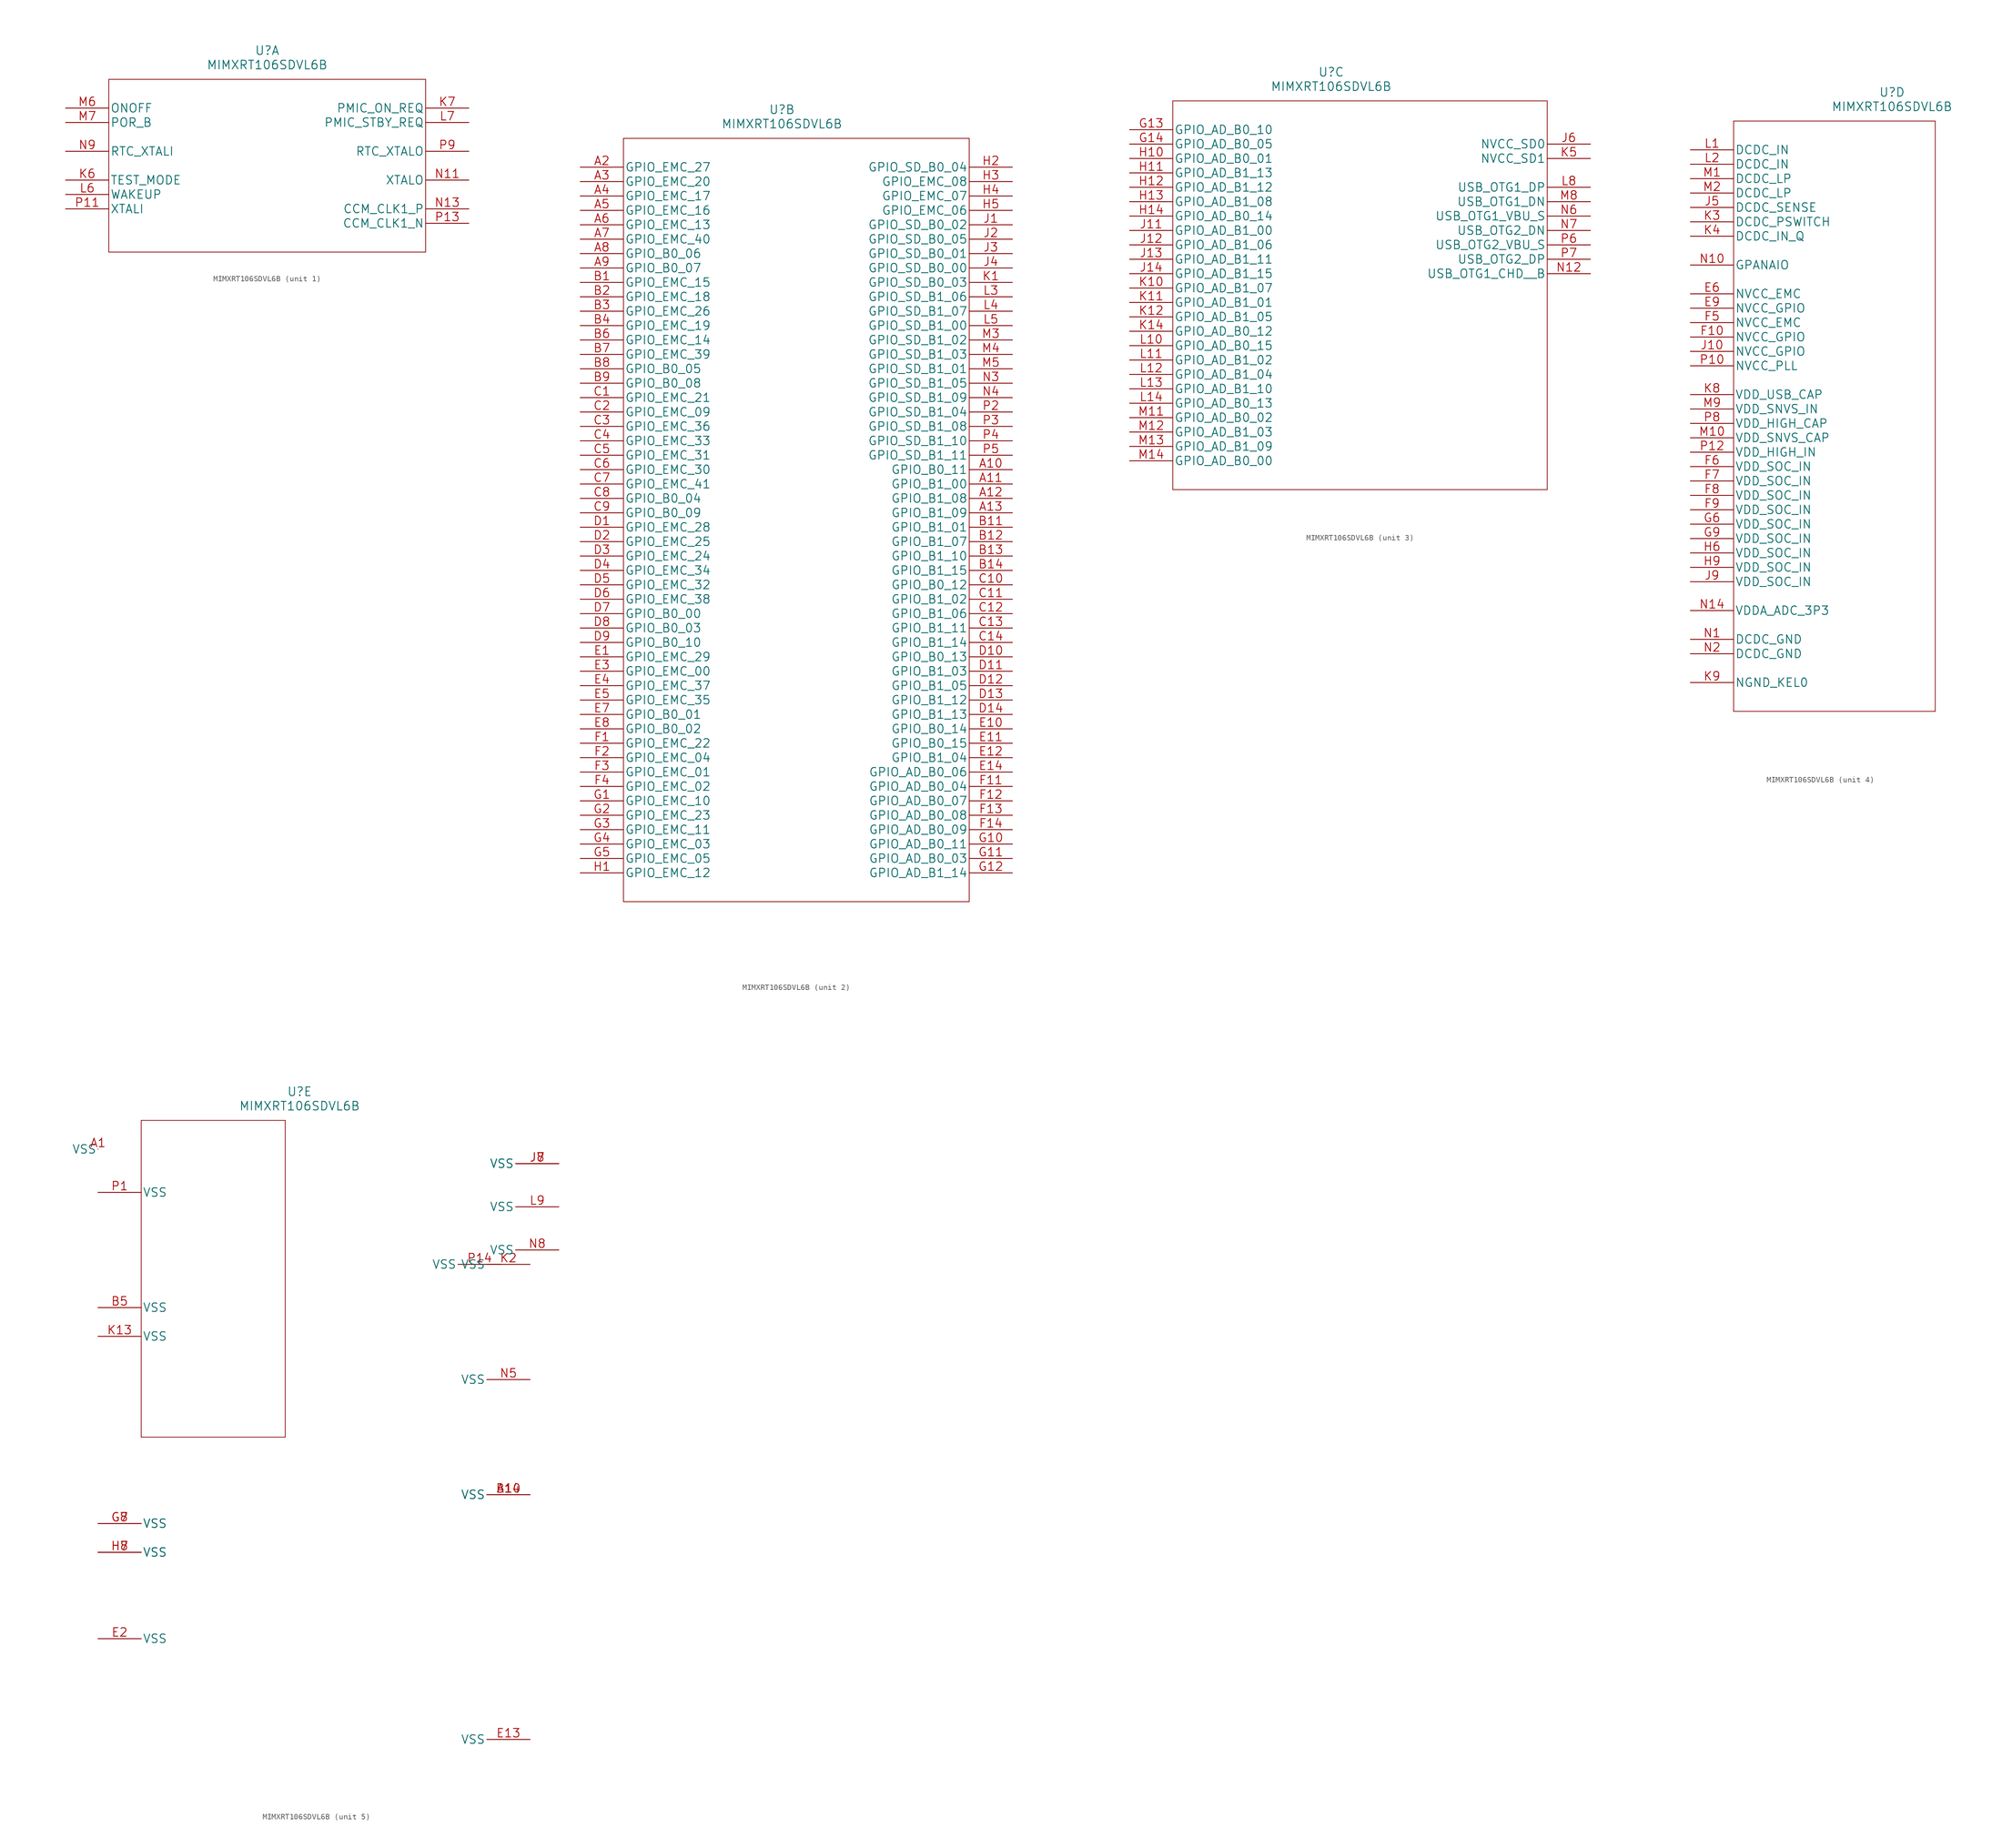
<source format=kicad_sym>
(kicad_symbol_lib
  (version 20220914)
  (generator kicad_symbol_editor)
  (symbol "MIMXRT106SDVL6B"
    (pin_names
      (offset 0.254))
    (property "Reference" "U"
      (at 35.56 10.16 0)
      (effects (font (size 1.524 1.524))))
    (property "Value" "MIMXRT106SDVL6B"
      (at 35.56 7.62 0)
      (effects (font (size 1.524 1.524))))
    (property "Datasheet" ""
      (at 0 0 0)
      (effects (font (size 1.524 1.524))))
    (property "ki_locked" ""
      (at 0 0 0)
      (effects (font (size 1.27 1.27))))
    (symbol "MIMXRT106SDVL6B_1_1"
      (polyline (pts (xy 7.62 -25.4) (xy 63.5 -25.4)) (stroke (width 0.127) (type solid)) (fill (type none)))
      (polyline (pts (xy 7.62 5.08) (xy 7.62 -25.4)) (stroke (width 0.127) (type solid)) (fill (type none)))
      (polyline (pts (xy 63.5 -25.4) (xy 63.5 5.08)) (stroke (width 0.127) (type solid)) (fill (type none)))
      (polyline (pts (xy 63.5 5.08) (xy 7.62 5.08)) (stroke (width 0.127) (type solid)) (fill (type none)))
      (pin input line (at 0 -12.7 0) (length 7.62) (name "TEST_MODE" (effects (font (size 1.499 1.499)))) (number "K6" (effects (font (size 1.499 1.499)))))
      (pin output line (at 71.12 0 180) (length 7.62) (name "PMIC_ON_REQ" (effects (font (size 1.499 1.499)))) (number "K7" (effects (font (size 1.499 1.499)))))
      (pin input line (at 0 -15.24 0) (length 7.62) (name "WAKEUP" (effects (font (size 1.499 1.499)))) (number "L6" (effects (font (size 1.499 1.499)))))
      (pin output line (at 71.12 -2.54 180) (length 7.62) (name "PMIC_STBY_REQ" (effects (font (size 1.499 1.499)))) (number "L7" (effects (font (size 1.499 1.499)))))
      (pin input line (at 0 0 0) (length 7.62) (name "ONOFF" (effects (font (size 1.499 1.499)))) (number "M6" (effects (font (size 1.499 1.499)))))
      (pin input line (at 0 -2.54 0) (length 7.62) (name "POR_B" (effects (font (size 1.499 1.499)))) (number "M7" (effects (font (size 1.499 1.499)))))
      (pin output line (at 71.12 -12.7 180) (length 7.62) (name "XTALO" (effects (font (size 1.499 1.499)))) (number "N11" (effects (font (size 1.499 1.499)))))
      (pin bidirectional line (at 71.12 -17.78 180) (length 7.62) (name "CCM_CLK1_P" (effects (font (size 1.499 1.499)))) (number "N13" (effects (font (size 1.499 1.499)))))
      (pin input line (at 0 -7.62 0) (length 7.62) (name "RTC_XTALI" (effects (font (size 1.499 1.499)))) (number "N9" (effects (font (size 1.499 1.499)))))
      (pin input line (at 0 -17.78 0) (length 7.62) (name "XTALI" (effects (font (size 1.499 1.499)))) (number "P11" (effects (font (size 1.499 1.499)))))
      (pin bidirectional line (at 71.12 -20.32 180) (length 7.62) (name "CCM_CLK1_N" (effects (font (size 1.499 1.499)))) (number "P13" (effects (font (size 1.499 1.499)))))
      (pin output line (at 71.12 -7.62 180) (length 7.62) (name "RTC_XTALO" (effects (font (size 1.499 1.499)))) (number "P9" (effects (font (size 1.499 1.499))))))
    (symbol "MIMXRT106SDVL6B_2_1"
      (polyline (pts (xy 7.62 -129.54) (xy 68.58 -129.54)) (stroke (width 0.127) (type solid)) (fill (type none)))
      (polyline (pts (xy 7.62 5.08) (xy 7.62 -129.54)) (stroke (width 0.127) (type solid)) (fill (type none)))
      (polyline (pts (xy 68.58 -129.54) (xy 68.58 5.08)) (stroke (width 0.127) (type solid)) (fill (type none)))
      (polyline (pts (xy 68.58 5.08) (xy 7.62 5.08)) (stroke (width 0.127) (type solid)) (fill (type none)))
      (pin bidirectional line (at 76.2 -53.34 180) (length 7.62) (name "GPIO_B0_11" (effects (font (size 1.499 1.499)))) (number "A10" (effects (font (size 1.499 1.499)))))
      (pin bidirectional line (at 76.2 -55.88 180) (length 7.62) (name "GPIO_B1_00" (effects (font (size 1.499 1.499)))) (number "A11" (effects (font (size 1.499 1.499)))))
      (pin bidirectional line (at 76.2 -58.42 180) (length 7.62) (name "GPIO_B1_08" (effects (font (size 1.499 1.499)))) (number "A12" (effects (font (size 1.499 1.499)))))
      (pin bidirectional line (at 76.2 -60.96 180) (length 7.62) (name "GPIO_B1_09" (effects (font (size 1.499 1.499)))) (number "A13" (effects (font (size 1.499 1.499)))))
      (pin bidirectional line (at 0 0 0) (length 7.62) (name "GPIO_EMC_27" (effects (font (size 1.499 1.499)))) (number "A2" (effects (font (size 1.499 1.499)))))
      (pin bidirectional line (at 0 -2.54 0) (length 7.62) (name "GPIO_EMC_20" (effects (font (size 1.499 1.499)))) (number "A3" (effects (font (size 1.499 1.499)))))
      (pin bidirectional line (at 0 -5.08 0) (length 7.62) (name "GPIO_EMC_17" (effects (font (size 1.499 1.499)))) (number "A4" (effects (font (size 1.499 1.499)))))
      (pin bidirectional line (at 0 -7.62 0) (length 7.62) (name "GPIO_EMC_16" (effects (font (size 1.499 1.499)))) (number "A5" (effects (font (size 1.499 1.499)))))
      (pin bidirectional line (at 0 -10.16 0) (length 7.62) (name "GPIO_EMC_13" (effects (font (size 1.499 1.499)))) (number "A6" (effects (font (size 1.499 1.499)))))
      (pin bidirectional line (at 0 -12.7 0) (length 7.62) (name "GPIO_EMC_40" (effects (font (size 1.499 1.499)))) (number "A7" (effects (font (size 1.499 1.499)))))
      (pin bidirectional line (at 0 -15.24 0) (length 7.62) (name "GPIO_B0_06" (effects (font (size 1.499 1.499)))) (number "A8" (effects (font (size 1.499 1.499)))))
      (pin bidirectional line (at 0 -17.78 0) (length 7.62) (name "GPIO_B0_07" (effects (font (size 1.499 1.499)))) (number "A9" (effects (font (size 1.499 1.499)))))
      (pin bidirectional line (at 0 -20.32 0) (length 7.62) (name "GPIO_EMC_15" (effects (font (size 1.499 1.499)))) (number "B1" (effects (font (size 1.499 1.499)))))
      (pin bidirectional line (at 76.2 -63.5 180) (length 7.62) (name "GPIO_B1_01" (effects (font (size 1.499 1.499)))) (number "B11" (effects (font (size 1.499 1.499)))))
      (pin bidirectional line (at 76.2 -66.04 180) (length 7.62) (name "GPIO_B1_07" (effects (font (size 1.499 1.499)))) (number "B12" (effects (font (size 1.499 1.499)))))
      (pin bidirectional line (at 76.2 -68.58 180) (length 7.62) (name "GPIO_B1_10" (effects (font (size 1.499 1.499)))) (number "B13" (effects (font (size 1.499 1.499)))))
      (pin bidirectional line (at 76.2 -71.12 180) (length 7.62) (name "GPIO_B1_15" (effects (font (size 1.499 1.499)))) (number "B14" (effects (font (size 1.499 1.499)))))
      (pin bidirectional line (at 0 -22.86 0) (length 7.62) (name "GPIO_EMC_18" (effects (font (size 1.499 1.499)))) (number "B2" (effects (font (size 1.499 1.499)))))
      (pin bidirectional line (at 0 -25.4 0) (length 7.62) (name "GPIO_EMC_26" (effects (font (size 1.499 1.499)))) (number "B3" (effects (font (size 1.499 1.499)))))
      (pin bidirectional line (at 0 -27.94 0) (length 7.62) (name "GPIO_EMC_19" (effects (font (size 1.499 1.499)))) (number "B4" (effects (font (size 1.499 1.499)))))
      (pin bidirectional line (at 0 -30.48 0) (length 7.62) (name "GPIO_EMC_14" (effects (font (size 1.499 1.499)))) (number "B6" (effects (font (size 1.499 1.499)))))
      (pin bidirectional line (at 0 -33.02 0) (length 7.62) (name "GPIO_EMC_39" (effects (font (size 1.499 1.499)))) (number "B7" (effects (font (size 1.499 1.499)))))
      (pin bidirectional line (at 0 -35.56 0) (length 7.62) (name "GPIO_B0_05" (effects (font (size 1.499 1.499)))) (number "B8" (effects (font (size 1.499 1.499)))))
      (pin bidirectional line (at 0 -38.1 0) (length 7.62) (name "GPIO_B0_08" (effects (font (size 1.499 1.499)))) (number "B9" (effects (font (size 1.499 1.499)))))
      (pin bidirectional line (at 0 -40.64 0) (length 7.62) (name "GPIO_EMC_21" (effects (font (size 1.499 1.499)))) (number "C1" (effects (font (size 1.499 1.499)))))
      (pin bidirectional line (at 76.2 -73.66 180) (length 7.62) (name "GPIO_B0_12" (effects (font (size 1.499 1.499)))) (number "C10" (effects (font (size 1.499 1.499)))))
      (pin bidirectional line (at 76.2 -76.2 180) (length 7.62) (name "GPIO_B1_02" (effects (font (size 1.499 1.499)))) (number "C11" (effects (font (size 1.499 1.499)))))
      (pin bidirectional line (at 76.2 -78.74 180) (length 7.62) (name "GPIO_B1_06" (effects (font (size 1.499 1.499)))) (number "C12" (effects (font (size 1.499 1.499)))))
      (pin bidirectional line (at 76.2 -81.28 180) (length 7.62) (name "GPIO_B1_11" (effects (font (size 1.499 1.499)))) (number "C13" (effects (font (size 1.499 1.499)))))
      (pin bidirectional line (at 76.2 -83.82 180) (length 7.62) (name "GPIO_B1_14" (effects (font (size 1.499 1.499)))) (number "C14" (effects (font (size 1.499 1.499)))))
      (pin bidirectional line (at 0 -43.18 0) (length 7.62) (name "GPIO_EMC_09" (effects (font (size 1.499 1.499)))) (number "C2" (effects (font (size 1.499 1.499)))))
      (pin bidirectional line (at 0 -45.72 0) (length 7.62) (name "GPIO_EMC_36" (effects (font (size 1.499 1.499)))) (number "C3" (effects (font (size 1.499 1.499)))))
      (pin bidirectional line (at 0 -48.26 0) (length 7.62) (name "GPIO_EMC_33" (effects (font (size 1.499 1.499)))) (number "C4" (effects (font (size 1.499 1.499)))))
      (pin bidirectional line (at 0 -50.8 0) (length 7.62) (name "GPIO_EMC_31" (effects (font (size 1.499 1.499)))) (number "C5" (effects (font (size 1.499 1.499)))))
      (pin bidirectional line (at 0 -53.34 0) (length 7.62) (name "GPIO_EMC_30" (effects (font (size 1.499 1.499)))) (number "C6" (effects (font (size 1.499 1.499)))))
      (pin bidirectional line (at 0 -55.88 0) (length 7.62) (name "GPIO_EMC_41" (effects (font (size 1.499 1.499)))) (number "C7" (effects (font (size 1.499 1.499)))))
      (pin bidirectional line (at 0 -58.42 0) (length 7.62) (name "GPIO_B0_04" (effects (font (size 1.499 1.499)))) (number "C8" (effects (font (size 1.499 1.499)))))
      (pin bidirectional line (at 0 -60.96 0) (length 7.62) (name "GPIO_B0_09" (effects (font (size 1.499 1.499)))) (number "C9" (effects (font (size 1.499 1.499)))))
      (pin bidirectional line (at 0 -63.5 0) (length 7.62) (name "GPIO_EMC_28" (effects (font (size 1.499 1.499)))) (number "D1" (effects (font (size 1.499 1.499)))))
      (pin bidirectional line (at 76.2 -86.36 180) (length 7.62) (name "GPIO_B0_13" (effects (font (size 1.499 1.499)))) (number "D10" (effects (font (size 1.499 1.499)))))
      (pin bidirectional line (at 76.2 -88.9 180) (length 7.62) (name "GPIO_B1_03" (effects (font (size 1.499 1.499)))) (number "D11" (effects (font (size 1.499 1.499)))))
      (pin bidirectional line (at 76.2 -91.44 180) (length 7.62) (name "GPIO_B1_05" (effects (font (size 1.499 1.499)))) (number "D12" (effects (font (size 1.499 1.499)))))
      (pin bidirectional line (at 76.2 -93.98 180) (length 7.62) (name "GPIO_B1_12" (effects (font (size 1.499 1.499)))) (number "D13" (effects (font (size 1.499 1.499)))))
      (pin bidirectional line (at 76.2 -96.52 180) (length 7.62) (name "GPIO_B1_13" (effects (font (size 1.499 1.499)))) (number "D14" (effects (font (size 1.499 1.499)))))
      (pin bidirectional line (at 0 -66.04 0) (length 7.62) (name "GPIO_EMC_25" (effects (font (size 1.499 1.499)))) (number "D2" (effects (font (size 1.499 1.499)))))
      (pin bidirectional line (at 0 -68.58 0) (length 7.62) (name "GPIO_EMC_24" (effects (font (size 1.499 1.499)))) (number "D3" (effects (font (size 1.499 1.499)))))
      (pin bidirectional line (at 0 -71.12 0) (length 7.62) (name "GPIO_EMC_34" (effects (font (size 1.499 1.499)))) (number "D4" (effects (font (size 1.499 1.499)))))
      (pin bidirectional line (at 0 -73.66 0) (length 7.62) (name "GPIO_EMC_32" (effects (font (size 1.499 1.499)))) (number "D5" (effects (font (size 1.499 1.499)))))
      (pin bidirectional line (at 0 -76.2 0) (length 7.62) (name "GPIO_EMC_38" (effects (font (size 1.499 1.499)))) (number "D6" (effects (font (size 1.499 1.499)))))
      (pin bidirectional line (at 0 -78.74 0) (length 7.62) (name "GPIO_B0_00" (effects (font (size 1.499 1.499)))) (number "D7" (effects (font (size 1.499 1.499)))))
      (pin bidirectional line (at 0 -81.28 0) (length 7.62) (name "GPIO_B0_03" (effects (font (size 1.499 1.499)))) (number "D8" (effects (font (size 1.499 1.499)))))
      (pin bidirectional line (at 0 -83.82 0) (length 7.62) (name "GPIO_B0_10" (effects (font (size 1.499 1.499)))) (number "D9" (effects (font (size 1.499 1.499)))))
      (pin bidirectional line (at 0 -86.36 0) (length 7.62) (name "GPIO_EMC_29" (effects (font (size 1.499 1.499)))) (number "E1" (effects (font (size 1.499 1.499)))))
      (pin bidirectional line (at 76.2 -99.06 180) (length 7.62) (name "GPIO_B0_14" (effects (font (size 1.499 1.499)))) (number "E10" (effects (font (size 1.499 1.499)))))
      (pin bidirectional line (at 76.2 -101.6 180) (length 7.62) (name "GPIO_B0_15" (effects (font (size 1.499 1.499)))) (number "E11" (effects (font (size 1.499 1.499)))))
      (pin bidirectional line (at 76.2 -104.14 180) (length 7.62) (name "GPIO_B1_04" (effects (font (size 1.499 1.499)))) (number "E12" (effects (font (size 1.499 1.499)))))
      (pin bidirectional line (at 76.2 -106.68 180) (length 7.62) (name "GPIO_AD_B0_06" (effects (font (size 1.499 1.499)))) (number "E14" (effects (font (size 1.499 1.499)))))
      (pin bidirectional line (at 0 -88.9 0) (length 7.62) (name "GPIO_EMC_00" (effects (font (size 1.499 1.499)))) (number "E3" (effects (font (size 1.499 1.499)))))
      (pin bidirectional line (at 0 -91.44 0) (length 7.62) (name "GPIO_EMC_37" (effects (font (size 1.499 1.499)))) (number "E4" (effects (font (size 1.499 1.499)))))
      (pin bidirectional line (at 0 -93.98 0) (length 7.62) (name "GPIO_EMC_35" (effects (font (size 1.499 1.499)))) (number "E5" (effects (font (size 1.499 1.499)))))
      (pin bidirectional line (at 0 -96.52 0) (length 7.62) (name "GPIO_B0_01" (effects (font (size 1.499 1.499)))) (number "E7" (effects (font (size 1.499 1.499)))))
      (pin bidirectional line (at 0 -99.06 0) (length 7.62) (name "GPIO_B0_02" (effects (font (size 1.499 1.499)))) (number "E8" (effects (font (size 1.499 1.499)))))
      (pin bidirectional line (at 0 -101.6 0) (length 7.62) (name "GPIO_EMC_22" (effects (font (size 1.499 1.499)))) (number "F1" (effects (font (size 1.499 1.499)))))
      (pin bidirectional line (at 76.2 -109.22 180) (length 7.62) (name "GPIO_AD_B0_04" (effects (font (size 1.499 1.499)))) (number "F11" (effects (font (size 1.499 1.499)))))
      (pin bidirectional line (at 76.2 -111.76 180) (length 7.62) (name "GPIO_AD_B0_07" (effects (font (size 1.499 1.499)))) (number "F12" (effects (font (size 1.499 1.499)))))
      (pin bidirectional line (at 76.2 -114.3 180) (length 7.62) (name "GPIO_AD_B0_08" (effects (font (size 1.499 1.499)))) (number "F13" (effects (font (size 1.499 1.499)))))
      (pin bidirectional line (at 76.2 -116.84 180) (length 7.62) (name "GPIO_AD_B0_09" (effects (font (size 1.499 1.499)))) (number "F14" (effects (font (size 1.499 1.499)))))
      (pin bidirectional line (at 0 -104.14 0) (length 7.62) (name "GPIO_EMC_04" (effects (font (size 1.499 1.499)))) (number "F2" (effects (font (size 1.499 1.499)))))
      (pin bidirectional line (at 0 -106.68 0) (length 7.62) (name "GPIO_EMC_01" (effects (font (size 1.499 1.499)))) (number "F3" (effects (font (size 1.499 1.499)))))
      (pin bidirectional line (at 0 -109.22 0) (length 7.62) (name "GPIO_EMC_02" (effects (font (size 1.499 1.499)))) (number "F4" (effects (font (size 1.499 1.499)))))
      (pin bidirectional line (at 0 -111.76 0) (length 7.62) (name "GPIO_EMC_10" (effects (font (size 1.499 1.499)))) (number "G1" (effects (font (size 1.499 1.499)))))
      (pin bidirectional line (at 76.2 -119.38 180) (length 7.62) (name "GPIO_AD_B0_11" (effects (font (size 1.499 1.499)))) (number "G10" (effects (font (size 1.499 1.499)))))
      (pin bidirectional line (at 76.2 -121.92 180) (length 7.62) (name "GPIO_AD_B0_03" (effects (font (size 1.499 1.499)))) (number "G11" (effects (font (size 1.499 1.499)))))
      (pin bidirectional line (at 76.2 -124.46 180) (length 7.62) (name "GPIO_AD_B1_14" (effects (font (size 1.499 1.499)))) (number "G12" (effects (font (size 1.499 1.499)))))
      (pin bidirectional line (at 0 -114.3 0) (length 7.62) (name "GPIO_EMC_23" (effects (font (size 1.499 1.499)))) (number "G2" (effects (font (size 1.499 1.499)))))
      (pin bidirectional line (at 0 -116.84 0) (length 7.62) (name "GPIO_EMC_11" (effects (font (size 1.499 1.499)))) (number "G3" (effects (font (size 1.499 1.499)))))
      (pin bidirectional line (at 0 -119.38 0) (length 7.62) (name "GPIO_EMC_03" (effects (font (size 1.499 1.499)))) (number "G4" (effects (font (size 1.499 1.499)))))
      (pin bidirectional line (at 0 -121.92 0) (length 7.62) (name "GPIO_EMC_05" (effects (font (size 1.499 1.499)))) (number "G5" (effects (font (size 1.499 1.499)))))
      (pin bidirectional line (at 0 -124.46 0) (length 7.62) (name "GPIO_EMC_12" (effects (font (size 1.499 1.499)))) (number "H1" (effects (font (size 1.499 1.499)))))
      (pin bidirectional line (at 76.2 0 180) (length 7.62) (name "GPIO_SD_B0_04" (effects (font (size 1.499 1.499)))) (number "H2" (effects (font (size 1.499 1.499)))))
      (pin bidirectional line (at 76.2 -2.54 180) (length 7.62) (name "GPIO_EMC_08" (effects (font (size 1.499 1.499)))) (number "H3" (effects (font (size 1.499 1.499)))))
      (pin bidirectional line (at 76.2 -5.08 180) (length 7.62) (name "GPIO_EMC_07" (effects (font (size 1.499 1.499)))) (number "H4" (effects (font (size 1.499 1.499)))))
      (pin bidirectional line (at 76.2 -7.62 180) (length 7.62) (name "GPIO_EMC_06" (effects (font (size 1.499 1.499)))) (number "H5" (effects (font (size 1.499 1.499)))))
      (pin bidirectional line (at 76.2 -10.16 180) (length 7.62) (name "GPIO_SD_B0_02" (effects (font (size 1.499 1.499)))) (number "J1" (effects (font (size 1.499 1.499)))))
      (pin bidirectional line (at 76.2 -12.7 180) (length 7.62) (name "GPIO_SD_B0_05" (effects (font (size 1.499 1.499)))) (number "J2" (effects (font (size 1.499 1.499)))))
      (pin bidirectional line (at 76.2 -15.24 180) (length 7.62) (name "GPIO_SD_B0_01" (effects (font (size 1.499 1.499)))) (number "J3" (effects (font (size 1.499 1.499)))))
      (pin bidirectional line (at 76.2 -17.78 180) (length 7.62) (name "GPIO_SD_B0_00" (effects (font (size 1.499 1.499)))) (number "J4" (effects (font (size 1.499 1.499)))))
      (pin bidirectional line (at 76.2 -20.32 180) (length 7.62) (name "GPIO_SD_B0_03" (effects (font (size 1.499 1.499)))) (number "K1" (effects (font (size 1.499 1.499)))))
      (pin bidirectional line (at 76.2 -22.86 180) (length 7.62) (name "GPIO_SD_B1_06" (effects (font (size 1.499 1.499)))) (number "L3" (effects (font (size 1.499 1.499)))))
      (pin bidirectional line (at 76.2 -25.4 180) (length 7.62) (name "GPIO_SD_B1_07" (effects (font (size 1.499 1.499)))) (number "L4" (effects (font (size 1.499 1.499)))))
      (pin bidirectional line (at 76.2 -27.94 180) (length 7.62) (name "GPIO_SD_B1_00" (effects (font (size 1.499 1.499)))) (number "L5" (effects (font (size 1.499 1.499)))))
      (pin bidirectional line (at 76.2 -30.48 180) (length 7.62) (name "GPIO_SD_B1_02" (effects (font (size 1.499 1.499)))) (number "M3" (effects (font (size 1.499 1.499)))))
      (pin bidirectional line (at 76.2 -33.02 180) (length 7.62) (name "GPIO_SD_B1_03" (effects (font (size 1.499 1.499)))) (number "M4" (effects (font (size 1.499 1.499)))))
      (pin bidirectional line (at 76.2 -35.56 180) (length 7.62) (name "GPIO_SD_B1_01" (effects (font (size 1.499 1.499)))) (number "M5" (effects (font (size 1.499 1.499)))))
      (pin bidirectional line (at 76.2 -38.1 180) (length 7.62) (name "GPIO_SD_B1_05" (effects (font (size 1.499 1.499)))) (number "N3" (effects (font (size 1.499 1.499)))))
      (pin bidirectional line (at 76.2 -40.64 180) (length 7.62) (name "GPIO_SD_B1_09" (effects (font (size 1.499 1.499)))) (number "N4" (effects (font (size 1.499 1.499)))))
      (pin bidirectional line (at 76.2 -43.18 180) (length 7.62) (name "GPIO_SD_B1_04" (effects (font (size 1.499 1.499)))) (number "P2" (effects (font (size 1.499 1.499)))))
      (pin bidirectional line (at 76.2 -45.72 180) (length 7.62) (name "GPIO_SD_B1_08" (effects (font (size 1.499 1.499)))) (number "P3" (effects (font (size 1.499 1.499)))))
      (pin bidirectional line (at 76.2 -48.26 180) (length 7.62) (name "GPIO_SD_B1_10" (effects (font (size 1.499 1.499)))) (number "P4" (effects (font (size 1.499 1.499)))))
      (pin bidirectional line (at 76.2 -50.8 180) (length 7.62) (name "GPIO_SD_B1_11" (effects (font (size 1.499 1.499)))) (number "P5" (effects (font (size 1.499 1.499))))))
    (symbol "MIMXRT106SDVL6B_3_1"
      (polyline (pts (xy 7.62 -63.5) (xy 73.66 -63.5)) (stroke (width 0.127) (type solid)) (fill (type none)))
      (polyline (pts (xy 7.62 5.08) (xy 7.62 -63.5)) (stroke (width 0.127) (type solid)) (fill (type none)))
      (polyline (pts (xy 73.66 -63.5) (xy 73.66 5.08)) (stroke (width 0.127) (type solid)) (fill (type none)))
      (polyline (pts (xy 73.66 5.08) (xy 7.62 5.08)) (stroke (width 0.127) (type solid)) (fill (type none)))
      (pin bidirectional line (at 0 0 0) (length 7.62) (name "GPIO_AD_B0_10" (effects (font (size 1.499 1.499)))) (number "G13" (effects (font (size 1.499 1.499)))))
      (pin bidirectional line (at 0 -2.54 0) (length 7.62) (name "GPIO_AD_B0_05" (effects (font (size 1.499 1.499)))) (number "G14" (effects (font (size 1.499 1.499)))))
      (pin bidirectional line (at 0 -5.08 0) (length 7.62) (name "GPIO_AD_B0_01" (effects (font (size 1.499 1.499)))) (number "H10" (effects (font (size 1.499 1.499)))))
      (pin bidirectional line (at 0 -7.62 0) (length 7.62) (name "GPIO_AD_B1_13" (effects (font (size 1.499 1.499)))) (number "H11" (effects (font (size 1.499 1.499)))))
      (pin bidirectional line (at 0 -10.16 0) (length 7.62) (name "GPIO_AD_B1_12" (effects (font (size 1.499 1.499)))) (number "H12" (effects (font (size 1.499 1.499)))))
      (pin bidirectional line (at 0 -12.7 0) (length 7.62) (name "GPIO_AD_B1_08" (effects (font (size 1.499 1.499)))) (number "H13" (effects (font (size 1.499 1.499)))))
      (pin bidirectional line (at 0 -15.24 0) (length 7.62) (name "GPIO_AD_B0_14" (effects (font (size 1.499 1.499)))) (number "H14" (effects (font (size 1.499 1.499)))))
      (pin bidirectional line (at 0 -17.78 0) (length 7.62) (name "GPIO_AD_B1_00" (effects (font (size 1.499 1.499)))) (number "J11" (effects (font (size 1.499 1.499)))))
      (pin bidirectional line (at 0 -20.32 0) (length 7.62) (name "GPIO_AD_B1_06" (effects (font (size 1.499 1.499)))) (number "J12" (effects (font (size 1.499 1.499)))))
      (pin bidirectional line (at 0 -22.86 0) (length 7.62) (name "GPIO_AD_B1_11" (effects (font (size 1.499 1.499)))) (number "J13" (effects (font (size 1.499 1.499)))))
      (pin bidirectional line (at 0 -25.4 0) (length 7.62) (name "GPIO_AD_B1_15" (effects (font (size 1.499 1.499)))) (number "J14" (effects (font (size 1.499 1.499)))))
      (pin power_in line (at 81.28 -2.54 180) (length 7.62) (name "NVCC_SD0" (effects (font (size 1.499 1.499)))) (number "J6" (effects (font (size 1.499 1.499)))))
      (pin bidirectional line (at 0 -27.94 0) (length 7.62) (name "GPIO_AD_B1_07" (effects (font (size 1.499 1.499)))) (number "K10" (effects (font (size 1.499 1.499)))))
      (pin bidirectional line (at 0 -30.48 0) (length 7.62) (name "GPIO_AD_B1_01" (effects (font (size 1.499 1.499)))) (number "K11" (effects (font (size 1.499 1.499)))))
      (pin bidirectional line (at 0 -33.02 0) (length 7.62) (name "GPIO_AD_B1_05" (effects (font (size 1.499 1.499)))) (number "K12" (effects (font (size 1.499 1.499)))))
      (pin bidirectional line (at 0 -35.56 0) (length 7.62) (name "GPIO_AD_B0_12" (effects (font (size 1.499 1.499)))) (number "K14" (effects (font (size 1.499 1.499)))))
      (pin power_in line (at 81.28 -5.08 180) (length 7.62) (name "NVCC_SD1" (effects (font (size 1.499 1.499)))) (number "K5" (effects (font (size 1.499 1.499)))))
      (pin bidirectional line (at 0 -38.1 0) (length 7.62) (name "GPIO_AD_B0_15" (effects (font (size 1.499 1.499)))) (number "L10" (effects (font (size 1.499 1.499)))))
      (pin bidirectional line (at 0 -40.64 0) (length 7.62) (name "GPIO_AD_B1_02" (effects (font (size 1.499 1.499)))) (number "L11" (effects (font (size 1.499 1.499)))))
      (pin bidirectional line (at 0 -43.18 0) (length 7.62) (name "GPIO_AD_B1_04" (effects (font (size 1.499 1.499)))) (number "L12" (effects (font (size 1.499 1.499)))))
      (pin bidirectional line (at 0 -45.72 0) (length 7.62) (name "GPIO_AD_B1_10" (effects (font (size 1.499 1.499)))) (number "L13" (effects (font (size 1.499 1.499)))))
      (pin bidirectional line (at 0 -48.26 0) (length 7.62) (name "GPIO_AD_B0_13" (effects (font (size 1.499 1.499)))) (number "L14" (effects (font (size 1.499 1.499)))))
      (pin bidirectional line (at 81.28 -10.16 180) (length 7.62) (name "USB_OTG1_DP" (effects (font (size 1.499 1.499)))) (number "L8" (effects (font (size 1.499 1.499)))))
      (pin bidirectional line (at 0 -50.8 0) (length 7.62) (name "GPIO_AD_B0_02" (effects (font (size 1.499 1.499)))) (number "M11" (effects (font (size 1.499 1.499)))))
      (pin bidirectional line (at 0 -53.34 0) (length 7.62) (name "GPIO_AD_B1_03" (effects (font (size 1.499 1.499)))) (number "M12" (effects (font (size 1.499 1.499)))))
      (pin bidirectional line (at 0 -55.88 0) (length 7.62) (name "GPIO_AD_B1_09" (effects (font (size 1.499 1.499)))) (number "M13" (effects (font (size 1.499 1.499)))))
      (pin bidirectional line (at 0 -58.42 0) (length 7.62) (name "GPIO_AD_B0_00" (effects (font (size 1.499 1.499)))) (number "M14" (effects (font (size 1.499 1.499)))))
      (pin bidirectional line (at 81.28 -12.7 180) (length 7.62) (name "USB_OTG1_DN" (effects (font (size 1.499 1.499)))) (number "M8" (effects (font (size 1.499 1.499)))))
      (pin bidirectional line (at 81.28 -25.4 180) (length 7.62) (name "USB_OTG1_CHD__B" (effects (font (size 1.499 1.499)))) (number "N12" (effects (font (size 1.499 1.499)))))
      (pin bidirectional line (at 81.28 -15.24 180) (length 7.62) (name "USB_OTG1_VBU_S" (effects (font (size 1.499 1.499)))) (number "N6" (effects (font (size 1.499 1.499)))))
      (pin bidirectional line (at 81.28 -17.78 180) (length 7.62) (name "USB_OTG2_DN" (effects (font (size 1.499 1.499)))) (number "N7" (effects (font (size 1.499 1.499)))))
      (pin bidirectional line (at 81.28 -20.32 180) (length 7.62) (name "USB_OTG2_VBU_S" (effects (font (size 1.499 1.499)))) (number "P6" (effects (font (size 1.499 1.499)))))
      (pin bidirectional line (at 81.28 -22.86 180) (length 7.62) (name "USB_OTG2_DP" (effects (font (size 1.499 1.499)))) (number "P7" (effects (font (size 1.499 1.499))))))
    (symbol "MIMXRT106SDVL6B_4_1"
      (polyline (pts (xy 7.62 -99.06) (xy 43.18 -99.06)) (stroke (width 0.127) (type solid)) (fill (type none)))
      (polyline (pts (xy 7.62 5.08) (xy 7.62 -99.06)) (stroke (width 0.127) (type solid)) (fill (type none)))
      (polyline (pts (xy 43.18 -99.06) (xy 43.18 5.08)) (stroke (width 0.127) (type solid)) (fill (type none)))
      (polyline (pts (xy 43.18 5.08) (xy 7.62 5.08)) (stroke (width 0.127) (type solid)) (fill (type none)))
      (pin power_in line (at 0 -25.4 0) (length 7.62) (name "NVCC_EMC" (effects (font (size 1.499 1.499)))) (number "E6" (effects (font (size 1.499 1.499)))))
      (pin power_in line (at 0 -27.94 0) (length 7.62) (name "NVCC_GPIO" (effects (font (size 1.499 1.499)))) (number "E9" (effects (font (size 1.499 1.499)))))
      (pin power_in line (at 0 -33.02 0) (length 7.62) (name "NVCC_GPIO" (effects (font (size 1.499 1.499)))) (number "F10" (effects (font (size 1.499 1.499)))))
      (pin power_in line (at 0 -30.48 0) (length 7.62) (name "NVCC_EMC" (effects (font (size 1.499 1.499)))) (number "F5" (effects (font (size 1.499 1.499)))))
      (pin power_in line (at 0 -55.88 0) (length 7.62) (name "VDD_SOC_IN" (effects (font (size 1.499 1.499)))) (number "F6" (effects (font (size 1.499 1.499)))))
      (pin power_in line (at 0 -58.42 0) (length 7.62) (name "VDD_SOC_IN" (effects (font (size 1.499 1.499)))) (number "F7" (effects (font (size 1.499 1.499)))))
      (pin power_in line (at 0 -60.96 0) (length 7.62) (name "VDD_SOC_IN" (effects (font (size 1.499 1.499)))) (number "F8" (effects (font (size 1.499 1.499)))))
      (pin power_in line (at 0 -63.5 0) (length 7.62) (name "VDD_SOC_IN" (effects (font (size 1.499 1.499)))) (number "F9" (effects (font (size 1.499 1.499)))))
      (pin power_in line (at 0 -66.04 0) (length 7.62) (name "VDD_SOC_IN" (effects (font (size 1.499 1.499)))) (number "G6" (effects (font (size 1.499 1.499)))))
      (pin power_in line (at 0 -68.58 0) (length 7.62) (name "VDD_SOC_IN" (effects (font (size 1.499 1.499)))) (number "G9" (effects (font (size 1.499 1.499)))))
      (pin power_in line (at 0 -71.12 0) (length 7.62) (name "VDD_SOC_IN" (effects (font (size 1.499 1.499)))) (number "H6" (effects (font (size 1.499 1.499)))))
      (pin power_in line (at 0 -73.66 0) (length 7.62) (name "VDD_SOC_IN" (effects (font (size 1.499 1.499)))) (number "H9" (effects (font (size 1.499 1.499)))))
      (pin power_in line (at 0 -35.56 0) (length 7.62) (name "NVCC_GPIO" (effects (font (size 1.499 1.499)))) (number "J10" (effects (font (size 1.499 1.499)))))
      (pin power_in line (at 0 -10.16 0) (length 7.62) (name "DCDC_SENSE" (effects (font (size 1.499 1.499)))) (number "J5" (effects (font (size 1.499 1.499)))))
      (pin power_in line (at 0 -76.2 0) (length 7.62) (name "VDD_SOC_IN" (effects (font (size 1.499 1.499)))) (number "J9" (effects (font (size 1.499 1.499)))))
      (pin power_in line (at 0 -12.7 0) (length 7.62) (name "DCDC_PSWITCH" (effects (font (size 1.499 1.499)))) (number "K3" (effects (font (size 1.499 1.499)))))
      (pin power_in line (at 0 -15.24 0) (length 7.62) (name "DCDC_IN_Q" (effects (font (size 1.499 1.499)))) (number "K4" (effects (font (size 1.499 1.499)))))
      (pin power_in line (at 0 -43.18 0) (length 7.62) (name "VDD_USB_CAP" (effects (font (size 1.499 1.499)))) (number "K8" (effects (font (size 1.499 1.499)))))
      (pin power_in line (at 0 -93.98 0) (length 7.62) (name "NGND_KEL0" (effects (font (size 1.499 1.499)))) (number "K9" (effects (font (size 1.499 1.499)))))
      (pin power_in line (at 0 0 0) (length 7.62) (name "DCDC_IN" (effects (font (size 1.499 1.499)))) (number "L1" (effects (font (size 1.499 1.499)))))
      (pin power_in line (at 0 -2.54 0) (length 7.62) (name "DCDC_IN" (effects (font (size 1.499 1.499)))) (number "L2" (effects (font (size 1.499 1.499)))))
      (pin power_in line (at 0 -5.08 0) (length 7.62) (name "DCDC_LP" (effects (font (size 1.499 1.499)))) (number "M1" (effects (font (size 1.499 1.499)))))
      (pin power_in line (at 0 -50.8 0) (length 7.62) (name "VDD_SNVS_CAP" (effects (font (size 1.499 1.499)))) (number "M10" (effects (font (size 1.499 1.499)))))
      (pin power_in line (at 0 -7.62 0) (length 7.62) (name "DCDC_LP" (effects (font (size 1.499 1.499)))) (number "M2" (effects (font (size 1.499 1.499)))))
      (pin power_in line (at 0 -45.72 0) (length 7.62) (name "VDD_SNVS_IN" (effects (font (size 1.499 1.499)))) (number "M9" (effects (font (size 1.499 1.499)))))
      (pin power_in line (at 0 -86.36 0) (length 7.62) (name "DCDC_GND" (effects (font (size 1.499 1.499)))) (number "N1" (effects (font (size 1.499 1.499)))))
      (pin power_in line (at 0 -20.32 0) (length 7.62) (name "GPANAIO" (effects (font (size 1.499 1.499)))) (number "N10" (effects (font (size 1.499 1.499)))))
      (pin power_in line (at 0 -81.28 0) (length 7.62) (name "VDDA_ADC_3P3" (effects (font (size 1.499 1.499)))) (number "N14" (effects (font (size 1.499 1.499)))))
      (pin power_in line (at 0 -88.9 0) (length 7.62) (name "DCDC_GND" (effects (font (size 1.499 1.499)))) (number "N2" (effects (font (size 1.499 1.499)))))
      (pin power_in line (at 0 -38.1 0) (length 7.62) (name "NVCC_PLL" (effects (font (size 1.499 1.499)))) (number "P10" (effects (font (size 1.499 1.499)))))
      (pin power_in line (at 0 -53.34 0) (length 7.62) (name "VDD_HIGH_IN" (effects (font (size 1.499 1.499)))) (number "P12" (effects (font (size 1.499 1.499)))))
      (pin power_in line (at 0 -48.26 0) (length 7.62) (name "VDD_HIGH_CAP" (effects (font (size 1.499 1.499)))) (number "P8" (effects (font (size 1.499 1.499))))))
    (symbol "MIMXRT106SDVL6B_5_1"
      (polyline (pts (xy 7.62 -50.8) (xy 33.02 -50.8)) (stroke (width 0.127) (type solid)) (fill (type none)))
      (polyline (pts (xy 7.62 5.08) (xy 7.62 -50.8)) (stroke (width 0.127) (type solid)) (fill (type none)))
      (polyline (pts (xy 33.02 -50.8) (xy 33.02 5.08)) (stroke (width 0.127) (type solid)) (fill (type none)))
      (polyline (pts (xy 33.02 5.08) (xy 7.62 5.08)) (stroke (width 0.127) (type solid)) (fill (type none)))
      (pin power_in line (at 0 0 180) (length 0) (name "VSS" (effects (font (size 1.499 1.499)))) (number "A1" (effects (font (size 1.499 1.499)))))
      (pin power_in line (at 76.2 -60.96 180) (length 7.62) (name "VSS" (effects (font (size 1.499 1.499)))) (number "A14" (effects (font (size 1.499 1.499)))))
      (pin power_in line (at 76.2 -60.96 180) (length 7.62) (name "VSS" (effects (font (size 1.499 1.499)))) (number "B10" (effects (font (size 1.499 1.499)))))
      (pin power_in line (at 0 -27.94 0) (length 7.62) (name "VSS" (effects (font (size 1.499 1.499)))) (number "B5" (effects (font (size 1.499 1.499)))))
      (pin power_in line (at 76.2 -104.14 180) (length 7.62) (name "VSS" (effects (font (size 1.499 1.499)))) (number "E13" (effects (font (size 1.499 1.499)))))
      (pin power_in line (at 0 -86.36 0) (length 7.62) (name "VSS" (effects (font (size 1.499 1.499)))) (number "E2" (effects (font (size 1.499 1.499)))))
      (pin power_in line (at 0 -66.04 0) (length 7.62) (name "VSS" (effects (font (size 1.499 1.499)))) (number "G7" (effects (font (size 1.499 1.499)))))
      (pin power_in line (at 0 -66.04 0) (length 7.62) (name "VSS" (effects (font (size 1.499 1.499)))) (number "G8" (effects (font (size 1.499 1.499)))))
      (pin power_in line (at 0 -71.12 0) (length 7.62) (name "VSS" (effects (font (size 1.499 1.499)))) (number "H7" (effects (font (size 1.499 1.499)))))
      (pin power_in line (at 0 -71.12 0) (length 7.62) (name "VSS" (effects (font (size 1.499 1.499)))) (number "H8" (effects (font (size 1.499 1.499)))))
      (pin power_in line (at 81.28 -2.54 180) (length 7.62) (name "VSS" (effects (font (size 1.499 1.499)))) (number "J7" (effects (font (size 1.499 1.499)))))
      (pin power_in line (at 81.28 -2.54 180) (length 7.62) (name "VSS" (effects (font (size 1.499 1.499)))) (number "J8" (effects (font (size 1.499 1.499)))))
      (pin power_in line (at 0 -33.02 0) (length 7.62) (name "VSS" (effects (font (size 1.499 1.499)))) (number "K13" (effects (font (size 1.499 1.499)))))
      (pin power_in line (at 76.2 -20.32 180) (length 7.62) (name "VSS" (effects (font (size 1.499 1.499)))) (number "K2" (effects (font (size 1.499 1.499)))))
      (pin power_in line (at 81.28 -10.16 180) (length 7.62) (name "VSS" (effects (font (size 1.499 1.499)))) (number "L9" (effects (font (size 1.499 1.499)))))
      (pin power_in line (at 76.2 -40.64 180) (length 7.62) (name "VSS" (effects (font (size 1.499 1.499)))) (number "N5" (effects (font (size 1.499 1.499)))))
      (pin power_in line (at 81.28 -17.78 180) (length 7.62) (name "VSS" (effects (font (size 1.499 1.499)))) (number "N8" (effects (font (size 1.499 1.499)))))
      (pin power_in line (at 0 -7.62 0) (length 7.62) (name "VSS" (effects (font (size 1.499 1.499)))) (number "P1" (effects (font (size 1.499 1.499)))))
      (pin power_in line (at 71.12 -20.32 180) (length 7.62) (name "VSS" (effects (font (size 1.499 1.499)))) (number "P14" (effects (font (size 1.499 1.499))))))))
</source>
